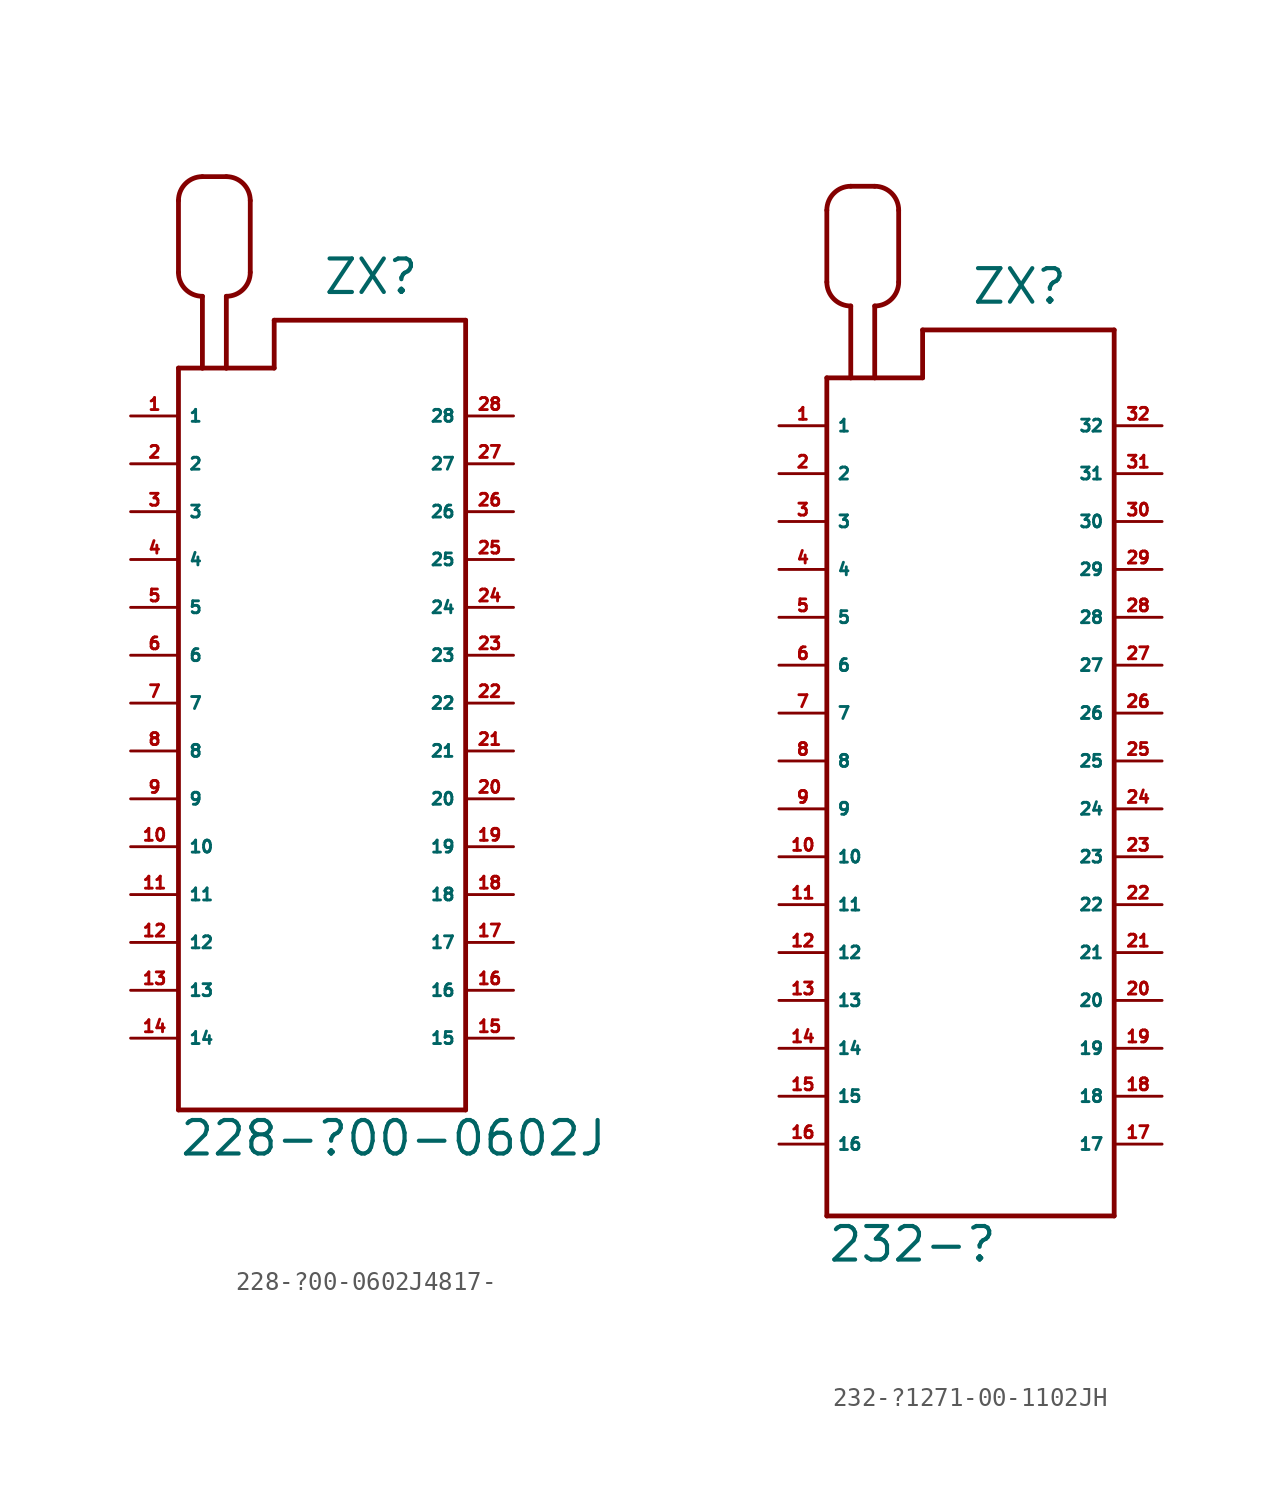
<source format=kicad_sym>
(kicad_symbol_lib
  (version 20220914)
  (generator Eagle2Kicad)
  (symbol "228-?00-0602J4817-"
    (property "Reference" "ZX"
      (at 0 21.59 0)
      (effects (font (size 1.778 1.778) (thickness 0.22)) (justify left bottom)))
    (property "Value" "228-?00-0602J"
      (at -7.62 -24.13 0)
      (effects (font (size 1.778 1.778) (thickness 0.22)) (justify left bottom)))
    (polyline
      (pts (xy -7.62 17.78) (xy -7.62 -21.59))
      (stroke (width 0.254) (type default))
      (fill (type none)))
    (polyline
      (pts (xy -7.62 -21.59) (xy 7.62 -21.59))
      (stroke (width 0.254) (type default))
      (fill (type none)))
    (polyline
      (pts (xy 7.62 -21.59) (xy 7.62 20.32))
      (stroke (width 0.254) (type default))
      (fill (type none)))
    (polyline
      (pts (xy 7.62 20.32) (xy -2.54 20.32))
      (stroke (width 0.254) (type default))
      (fill (type none)))
    (polyline
      (pts (xy -2.54 20.32) (xy -2.54 17.78))
      (stroke (width 0.254) (type default))
      (fill (type none)))
    (polyline
      (pts (xy -2.54 17.78) (xy -5.08 17.78))
      (stroke (width 0.254) (type default))
      (fill (type none)))
    (polyline
      (pts (xy -5.08 17.78) (xy -6.35 17.78))
      (stroke (width 0.254) (type default))
      (fill (type none)))
    (polyline
      (pts (xy -6.35 17.78) (xy -7.62 17.78))
      (stroke (width 0.254) (type default))
      (fill (type none)))
    (polyline
      (pts (xy -6.35 17.78) (xy -6.35 21.59))
      (stroke (width 0.254) (type default))
      (fill (type none)))
    (arc
      (start -7.62 22.86)
      (mid -7.248 21.962)
      (end -6.35 21.59)
      (stroke (width 0.254) (type default))
      (fill (type none)))
    (polyline
      (pts (xy -7.62 22.86) (xy -7.62 26.67))
      (stroke (width 0.254) (type default))
      (fill (type none)))
    (arc
      (start -6.35 27.94)
      (mid -7.248 27.568)
      (end -7.62 26.67)
      (stroke (width 0.254) (type default))
      (fill (type none)))
    (polyline
      (pts (xy -6.35 27.94) (xy -5.08 27.94))
      (stroke (width 0.254) (type default))
      (fill (type none)))
    (arc
      (start -3.81 26.67)
      (mid -4.182 27.568)
      (end -5.08 27.94)
      (stroke (width 0.254) (type default))
      (fill (type none)))
    (polyline
      (pts (xy -3.81 26.67) (xy -3.81 22.86))
      (stroke (width 0.254) (type default))
      (fill (type none)))
    (arc
      (start -5.08 21.59)
      (mid -4.182 21.962)
      (end -3.81 22.86)
      (stroke (width 0.254) (type default))
      (fill (type none)))
    (polyline
      (pts (xy -5.08 21.59) (xy -5.08 17.78))
      (stroke (width 0.254) (type default))
      (fill (type none)))
    (pin passive line
      (at -10.16 15.24 0)
      (length 2.54)
      (name "1" (effects (font (size 0.635 0.635) (thickness 0.08)) (justify left bottom)))
      (number "1" (effects (font (size 0.635 0.635) (thickness 0.08)) (justify left bottom))))
    (pin passive line
      (at -10.16 12.7 0)
      (length 2.54)
      (name "2" (effects (font (size 0.635 0.635) (thickness 0.08)) (justify left bottom)))
      (number "2" (effects (font (size 0.635 0.635) (thickness 0.08)) (justify left bottom))))
    (pin passive line
      (at -10.16 10.16 0)
      (length 2.54)
      (name "3" (effects (font (size 0.635 0.635) (thickness 0.08)) (justify left bottom)))
      (number "3" (effects (font (size 0.635 0.635) (thickness 0.08)) (justify left bottom))))
    (pin passive line
      (at -10.16 7.62 0)
      (length 2.54)
      (name "4" (effects (font (size 0.635 0.635) (thickness 0.08)) (justify left bottom)))
      (number "4" (effects (font (size 0.635 0.635) (thickness 0.08)) (justify left bottom))))
    (pin passive line
      (at -10.16 5.08 0)
      (length 2.54)
      (name "5" (effects (font (size 0.635 0.635) (thickness 0.08)) (justify left bottom)))
      (number "5" (effects (font (size 0.635 0.635) (thickness 0.08)) (justify left bottom))))
    (pin passive line
      (at -10.16 2.54 0)
      (length 2.54)
      (name "6" (effects (font (size 0.635 0.635) (thickness 0.08)) (justify left bottom)))
      (number "6" (effects (font (size 0.635 0.635) (thickness 0.08)) (justify left bottom))))
    (pin passive line
      (at -10.16 0 0)
      (length 2.54)
      (name "7" (effects (font (size 0.635 0.635) (thickness 0.08)) (justify left bottom)))
      (number "7" (effects (font (size 0.635 0.635) (thickness 0.08)) (justify left bottom))))
    (pin passive line
      (at -10.16 -2.54 0)
      (length 2.54)
      (name "8" (effects (font (size 0.635 0.635) (thickness 0.08)) (justify left bottom)))
      (number "8" (effects (font (size 0.635 0.635) (thickness 0.08)) (justify left bottom))))
    (pin passive line
      (at -10.16 -5.08 0)
      (length 2.54)
      (name "9" (effects (font (size 0.635 0.635) (thickness 0.08)) (justify left bottom)))
      (number "9" (effects (font (size 0.635 0.635) (thickness 0.08)) (justify left bottom))))
    (pin passive line
      (at -10.16 -7.62 0)
      (length 2.54)
      (name "10" (effects (font (size 0.635 0.635) (thickness 0.08)) (justify left bottom)))
      (number "10" (effects (font (size 0.635 0.635) (thickness 0.08)) (justify left bottom))))
    (pin passive line
      (at -10.16 -10.16 0)
      (length 2.54)
      (name "11" (effects (font (size 0.635 0.635) (thickness 0.08)) (justify left bottom)))
      (number "11" (effects (font (size 0.635 0.635) (thickness 0.08)) (justify left bottom))))
    (pin passive line
      (at -10.16 -12.7 0)
      (length 2.54)
      (name "12" (effects (font (size 0.635 0.635) (thickness 0.08)) (justify left bottom)))
      (number "12" (effects (font (size 0.635 0.635) (thickness 0.08)) (justify left bottom))))
    (pin passive line
      (at -10.16 -15.24 0)
      (length 2.54)
      (name "13" (effects (font (size 0.635 0.635) (thickness 0.08)) (justify left bottom)))
      (number "13" (effects (font (size 0.635 0.635) (thickness 0.08)) (justify left bottom))))
    (pin passive line
      (at -10.16 -17.78 0)
      (length 2.54)
      (name "14" (effects (font (size 0.635 0.635) (thickness 0.08)) (justify left bottom)))
      (number "14" (effects (font (size 0.635 0.635) (thickness 0.08)) (justify left bottom))))
    (pin passive line
      (at 10.16 -17.78 180)
      (length 2.54)
      (name "15" (effects (font (size 0.635 0.635) (thickness 0.08)) (justify left bottom)))
      (number "15" (effects (font (size 0.635 0.635) (thickness 0.08)) (justify left bottom))))
    (pin passive line
      (at 10.16 -15.24 180)
      (length 2.54)
      (name "16" (effects (font (size 0.635 0.635) (thickness 0.08)) (justify left bottom)))
      (number "16" (effects (font (size 0.635 0.635) (thickness 0.08)) (justify left bottom))))
    (pin passive line
      (at 10.16 -12.7 180)
      (length 2.54)
      (name "17" (effects (font (size 0.635 0.635) (thickness 0.08)) (justify left bottom)))
      (number "17" (effects (font (size 0.635 0.635) (thickness 0.08)) (justify left bottom))))
    (pin passive line
      (at 10.16 -10.16 180)
      (length 2.54)
      (name "18" (effects (font (size 0.635 0.635) (thickness 0.08)) (justify left bottom)))
      (number "18" (effects (font (size 0.635 0.635) (thickness 0.08)) (justify left bottom))))
    (pin passive line
      (at 10.16 -7.62 180)
      (length 2.54)
      (name "19" (effects (font (size 0.635 0.635) (thickness 0.08)) (justify left bottom)))
      (number "19" (effects (font (size 0.635 0.635) (thickness 0.08)) (justify left bottom))))
    (pin passive line
      (at 10.16 -5.08 180)
      (length 2.54)
      (name "20" (effects (font (size 0.635 0.635) (thickness 0.08)) (justify left bottom)))
      (number "20" (effects (font (size 0.635 0.635) (thickness 0.08)) (justify left bottom))))
    (pin passive line
      (at 10.16 -2.54 180)
      (length 2.54)
      (name "21" (effects (font (size 0.635 0.635) (thickness 0.08)) (justify left bottom)))
      (number "21" (effects (font (size 0.635 0.635) (thickness 0.08)) (justify left bottom))))
    (pin passive line
      (at 10.16 0 180)
      (length 2.54)
      (name "22" (effects (font (size 0.635 0.635) (thickness 0.08)) (justify left bottom)))
      (number "22" (effects (font (size 0.635 0.635) (thickness 0.08)) (justify left bottom))))
    (pin passive line
      (at 10.16 2.54 180)
      (length 2.54)
      (name "23" (effects (font (size 0.635 0.635) (thickness 0.08)) (justify left bottom)))
      (number "23" (effects (font (size 0.635 0.635) (thickness 0.08)) (justify left bottom))))
    (pin passive line
      (at 10.16 5.08 180)
      (length 2.54)
      (name "24" (effects (font (size 0.635 0.635) (thickness 0.08)) (justify left bottom)))
      (number "24" (effects (font (size 0.635 0.635) (thickness 0.08)) (justify left bottom))))
    (pin passive line
      (at 10.16 7.62 180)
      (length 2.54)
      (name "25" (effects (font (size 0.635 0.635) (thickness 0.08)) (justify left bottom)))
      (number "25" (effects (font (size 0.635 0.635) (thickness 0.08)) (justify left bottom))))
    (pin passive line
      (at 10.16 10.16 180)
      (length 2.54)
      (name "26" (effects (font (size 0.635 0.635) (thickness 0.08)) (justify left bottom)))
      (number "26" (effects (font (size 0.635 0.635) (thickness 0.08)) (justify left bottom))))
    (pin passive line
      (at 10.16 12.7 180)
      (length 2.54)
      (name "27" (effects (font (size 0.635 0.635) (thickness 0.08)) (justify left bottom)))
      (number "27" (effects (font (size 0.635 0.635) (thickness 0.08)) (justify left bottom))))
    (pin passive line
      (at 10.16 15.24 180)
      (length 2.54)
      (name "28" (effects (font (size 0.635 0.635) (thickness 0.08)) (justify left bottom)))
      (number "28" (effects (font (size 0.635 0.635) (thickness 0.08)) (justify left bottom)))))
  (symbol "232-?1271-00-1102JH"
    (property "Reference" "ZX"
      (at 0 24.13 0)
      (effects (font (size 1.778 1.778) (thickness 0.22)) (justify left bottom)))
    (property "Value" "232-?"
      (at -7.62 -26.67 0)
      (effects (font (size 1.778 1.778) (thickness 0.22)) (justify left bottom)))
    (polyline
      (pts (xy -7.62 20.32) (xy -7.62 -24.13))
      (stroke (width 0.254) (type default))
      (fill (type none)))
    (polyline
      (pts (xy -7.62 -24.13) (xy 7.62 -24.13))
      (stroke (width 0.254) (type default))
      (fill (type none)))
    (polyline
      (pts (xy 7.62 -24.13) (xy 7.62 22.86))
      (stroke (width 0.254) (type default))
      (fill (type none)))
    (polyline
      (pts (xy 7.62 22.86) (xy -2.54 22.86))
      (stroke (width 0.254) (type default))
      (fill (type none)))
    (polyline
      (pts (xy -2.54 22.86) (xy -2.54 20.32))
      (stroke (width 0.254) (type default))
      (fill (type none)))
    (polyline
      (pts (xy -2.54 20.32) (xy -5.08 20.32))
      (stroke (width 0.254) (type default))
      (fill (type none)))
    (polyline
      (pts (xy -5.08 20.32) (xy -6.35 20.32))
      (stroke (width 0.254) (type default))
      (fill (type none)))
    (polyline
      (pts (xy -6.35 20.32) (xy -7.62 20.32))
      (stroke (width 0.254) (type default))
      (fill (type none)))
    (polyline
      (pts (xy -6.35 20.32) (xy -6.35 24.13))
      (stroke (width 0.254) (type default))
      (fill (type none)))
    (arc
      (start -7.62 25.4)
      (mid -7.248 24.502)
      (end -6.35 24.13)
      (stroke (width 0.254) (type default))
      (fill (type none)))
    (polyline
      (pts (xy -7.62 25.4) (xy -7.62 29.21))
      (stroke (width 0.254) (type default))
      (fill (type none)))
    (arc
      (start -6.35 30.48)
      (mid -7.248 30.108)
      (end -7.62 29.21)
      (stroke (width 0.254) (type default))
      (fill (type none)))
    (polyline
      (pts (xy -6.35 30.48) (xy -5.08 30.48))
      (stroke (width 0.254) (type default))
      (fill (type none)))
    (arc
      (start -3.81 29.21)
      (mid -4.182 30.108)
      (end -5.08 30.48)
      (stroke (width 0.254) (type default))
      (fill (type none)))
    (polyline
      (pts (xy -3.81 29.21) (xy -3.81 25.4))
      (stroke (width 0.254) (type default))
      (fill (type none)))
    (arc
      (start -5.08 24.13)
      (mid -4.182 24.502)
      (end -3.81 25.4)
      (stroke (width 0.254) (type default))
      (fill (type none)))
    (polyline
      (pts (xy -5.08 24.13) (xy -5.08 20.32))
      (stroke (width 0.254) (type default))
      (fill (type none)))
    (pin passive line
      (at -10.16 17.78 0)
      (length 2.54)
      (name "1" (effects (font (size 0.635 0.635) (thickness 0.08)) (justify left bottom)))
      (number "1" (effects (font (size 0.635 0.635) (thickness 0.08)) (justify left bottom))))
    (pin passive line
      (at -10.16 15.24 0)
      (length 2.54)
      (name "2" (effects (font (size 0.635 0.635) (thickness 0.08)) (justify left bottom)))
      (number "2" (effects (font (size 0.635 0.635) (thickness 0.08)) (justify left bottom))))
    (pin passive line
      (at -10.16 12.7 0)
      (length 2.54)
      (name "3" (effects (font (size 0.635 0.635) (thickness 0.08)) (justify left bottom)))
      (number "3" (effects (font (size 0.635 0.635) (thickness 0.08)) (justify left bottom))))
    (pin passive line
      (at -10.16 10.16 0)
      (length 2.54)
      (name "4" (effects (font (size 0.635 0.635) (thickness 0.08)) (justify left bottom)))
      (number "4" (effects (font (size 0.635 0.635) (thickness 0.08)) (justify left bottom))))
    (pin passive line
      (at -10.16 7.62 0)
      (length 2.54)
      (name "5" (effects (font (size 0.635 0.635) (thickness 0.08)) (justify left bottom)))
      (number "5" (effects (font (size 0.635 0.635) (thickness 0.08)) (justify left bottom))))
    (pin passive line
      (at -10.16 5.08 0)
      (length 2.54)
      (name "6" (effects (font (size 0.635 0.635) (thickness 0.08)) (justify left bottom)))
      (number "6" (effects (font (size 0.635 0.635) (thickness 0.08)) (justify left bottom))))
    (pin passive line
      (at -10.16 2.54 0)
      (length 2.54)
      (name "7" (effects (font (size 0.635 0.635) (thickness 0.08)) (justify left bottom)))
      (number "7" (effects (font (size 0.635 0.635) (thickness 0.08)) (justify left bottom))))
    (pin passive line
      (at -10.16 0 0)
      (length 2.54)
      (name "8" (effects (font (size 0.635 0.635) (thickness 0.08)) (justify left bottom)))
      (number "8" (effects (font (size 0.635 0.635) (thickness 0.08)) (justify left bottom))))
    (pin passive line
      (at -10.16 -2.54 0)
      (length 2.54)
      (name "9" (effects (font (size 0.635 0.635) (thickness 0.08)) (justify left bottom)))
      (number "9" (effects (font (size 0.635 0.635) (thickness 0.08)) (justify left bottom))))
    (pin passive line
      (at -10.16 -5.08 0)
      (length 2.54)
      (name "10" (effects (font (size 0.635 0.635) (thickness 0.08)) (justify left bottom)))
      (number "10" (effects (font (size 0.635 0.635) (thickness 0.08)) (justify left bottom))))
    (pin passive line
      (at -10.16 -7.62 0)
      (length 2.54)
      (name "11" (effects (font (size 0.635 0.635) (thickness 0.08)) (justify left bottom)))
      (number "11" (effects (font (size 0.635 0.635) (thickness 0.08)) (justify left bottom))))
    (pin passive line
      (at -10.16 -10.16 0)
      (length 2.54)
      (name "12" (effects (font (size 0.635 0.635) (thickness 0.08)) (justify left bottom)))
      (number "12" (effects (font (size 0.635 0.635) (thickness 0.08)) (justify left bottom))))
    (pin passive line
      (at -10.16 -12.7 0)
      (length 2.54)
      (name "13" (effects (font (size 0.635 0.635) (thickness 0.08)) (justify left bottom)))
      (number "13" (effects (font (size 0.635 0.635) (thickness 0.08)) (justify left bottom))))
    (pin passive line
      (at -10.16 -15.24 0)
      (length 2.54)
      (name "14" (effects (font (size 0.635 0.635) (thickness 0.08)) (justify left bottom)))
      (number "14" (effects (font (size 0.635 0.635) (thickness 0.08)) (justify left bottom))))
    (pin passive line
      (at -10.16 -17.78 0)
      (length 2.54)
      (name "15" (effects (font (size 0.635 0.635) (thickness 0.08)) (justify left bottom)))
      (number "15" (effects (font (size 0.635 0.635) (thickness 0.08)) (justify left bottom))))
    (pin passive line
      (at -10.16 -20.32 0)
      (length 2.54)
      (name "16" (effects (font (size 0.635 0.635) (thickness 0.08)) (justify left bottom)))
      (number "16" (effects (font (size 0.635 0.635) (thickness 0.08)) (justify left bottom))))
    (pin passive line
      (at 10.16 -20.32 180)
      (length 2.54)
      (name "17" (effects (font (size 0.635 0.635) (thickness 0.08)) (justify left bottom)))
      (number "17" (effects (font (size 0.635 0.635) (thickness 0.08)) (justify left bottom))))
    (pin passive line
      (at 10.16 -17.78 180)
      (length 2.54)
      (name "18" (effects (font (size 0.635 0.635) (thickness 0.08)) (justify left bottom)))
      (number "18" (effects (font (size 0.635 0.635) (thickness 0.08)) (justify left bottom))))
    (pin passive line
      (at 10.16 -15.24 180)
      (length 2.54)
      (name "19" (effects (font (size 0.635 0.635) (thickness 0.08)) (justify left bottom)))
      (number "19" (effects (font (size 0.635 0.635) (thickness 0.08)) (justify left bottom))))
    (pin passive line
      (at 10.16 -12.7 180)
      (length 2.54)
      (name "20" (effects (font (size 0.635 0.635) (thickness 0.08)) (justify left bottom)))
      (number "20" (effects (font (size 0.635 0.635) (thickness 0.08)) (justify left bottom))))
    (pin passive line
      (at 10.16 -10.16 180)
      (length 2.54)
      (name "21" (effects (font (size 0.635 0.635) (thickness 0.08)) (justify left bottom)))
      (number "21" (effects (font (size 0.635 0.635) (thickness 0.08)) (justify left bottom))))
    (pin passive line
      (at 10.16 -7.62 180)
      (length 2.54)
      (name "22" (effects (font (size 0.635 0.635) (thickness 0.08)) (justify left bottom)))
      (number "22" (effects (font (size 0.635 0.635) (thickness 0.08)) (justify left bottom))))
    (pin passive line
      (at 10.16 -5.08 180)
      (length 2.54)
      (name "23" (effects (font (size 0.635 0.635) (thickness 0.08)) (justify left bottom)))
      (number "23" (effects (font (size 0.635 0.635) (thickness 0.08)) (justify left bottom))))
    (pin passive line
      (at 10.16 -2.54 180)
      (length 2.54)
      (name "24" (effects (font (size 0.635 0.635) (thickness 0.08)) (justify left bottom)))
      (number "24" (effects (font (size 0.635 0.635) (thickness 0.08)) (justify left bottom))))
    (pin passive line
      (at 10.16 0 180)
      (length 2.54)
      (name "25" (effects (font (size 0.635 0.635) (thickness 0.08)) (justify left bottom)))
      (number "25" (effects (font (size 0.635 0.635) (thickness 0.08)) (justify left bottom))))
    (pin passive line
      (at 10.16 2.54 180)
      (length 2.54)
      (name "26" (effects (font (size 0.635 0.635) (thickness 0.08)) (justify left bottom)))
      (number "26" (effects (font (size 0.635 0.635) (thickness 0.08)) (justify left bottom))))
    (pin passive line
      (at 10.16 5.08 180)
      (length 2.54)
      (name "27" (effects (font (size 0.635 0.635) (thickness 0.08)) (justify left bottom)))
      (number "27" (effects (font (size 0.635 0.635) (thickness 0.08)) (justify left bottom))))
    (pin passive line
      (at 10.16 7.62 180)
      (length 2.54)
      (name "28" (effects (font (size 0.635 0.635) (thickness 0.08)) (justify left bottom)))
      (number "28" (effects (font (size 0.635 0.635) (thickness 0.08)) (justify left bottom))))
    (pin passive line
      (at 10.16 10.16 180)
      (length 2.54)
      (name "29" (effects (font (size 0.635 0.635) (thickness 0.08)) (justify left bottom)))
      (number "29" (effects (font (size 0.635 0.635) (thickness 0.08)) (justify left bottom))))
    (pin passive line
      (at 10.16 12.7 180)
      (length 2.54)
      (name "30" (effects (font (size 0.635 0.635) (thickness 0.08)) (justify left bottom)))
      (number "30" (effects (font (size 0.635 0.635) (thickness 0.08)) (justify left bottom))))
    (pin passive line
      (at 10.16 15.24 180)
      (length 2.54)
      (name "31" (effects (font (size 0.635 0.635) (thickness 0.08)) (justify left bottom)))
      (number "31" (effects (font (size 0.635 0.635) (thickness 0.08)) (justify left bottom))))
    (pin passive line
      (at 10.16 17.78 180)
      (length 2.54)
      (name "32" (effects (font (size 0.635 0.635) (thickness 0.08)) (justify left bottom)))
      (number "32" (effects (font (size 0.635 0.635) (thickness 0.08)) (justify left bottom))))))
</source>
